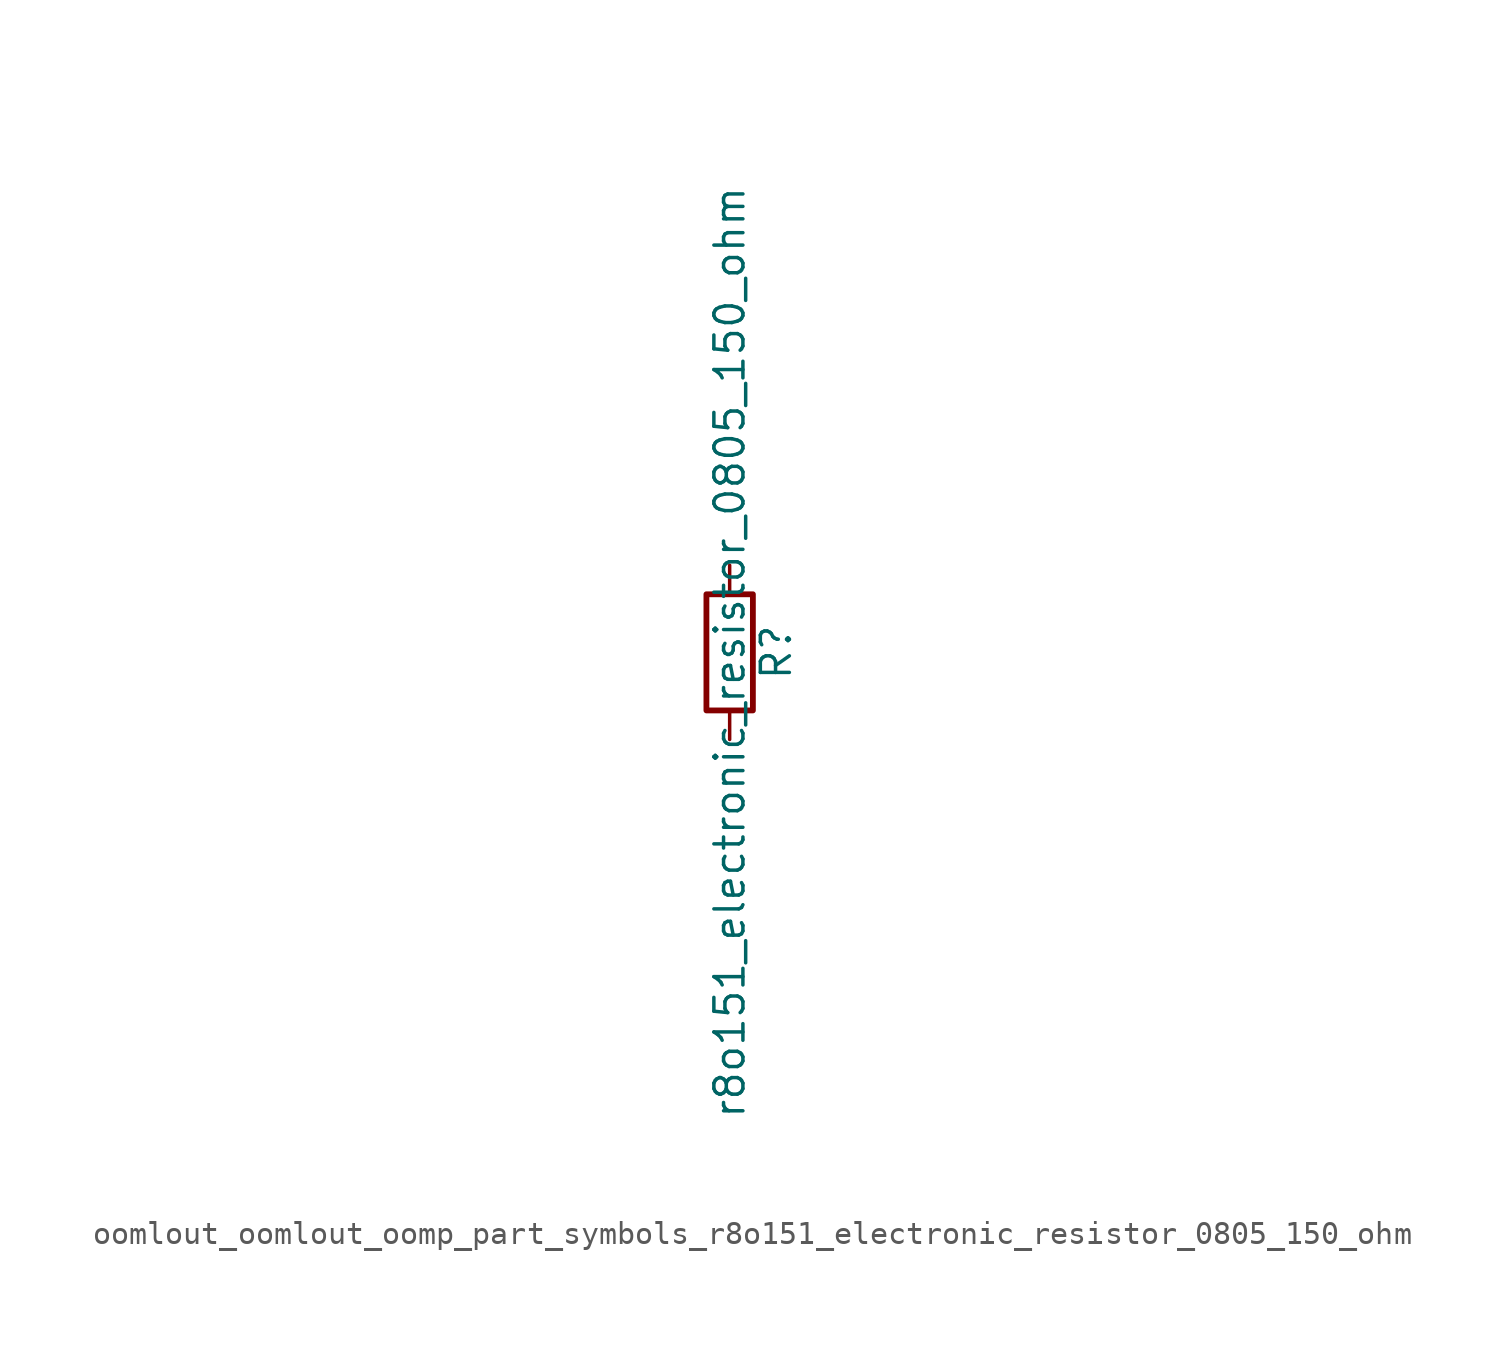
<source format=kicad_sym>
(kicad_symbol_lib
  (version 20220914)
  (generator kicad_symbol_editor)
  (symbol "oomlout_oomlout_oomp_part_symbols_r8o151_electronic_resistor_0805_150_ohm"
    (pin_numbers hide)
    (pin_names
      (offset 0))
    (property "Reference" "R"
      (at 2.032 0 90)
      (effects (font (size 1.27 1.27))))
    (property "Value" "r8o151_electronic_resistor_0805_150_ohm"
      (at 0 0 90)
      (effects (font (size 1.27 1.27))))
    (symbol "oomlout_oomlout_oomp_part_symbols_r8o151_electronic_resistor_0805_150_ohm_0_1"
      (rectangle (start -1.016 -2.54) (end 1.016 2.54) (stroke (width 0.254) (type default)) (fill (type none))))
    (symbol "oomlout_oomlout_oomp_part_symbols_r8o151_electronic_resistor_0805_150_ohm_1_1"
      (pin passive line (at 0 3.81 270) (length 1.27) (name "~" (effects (font (size 1.27 1.27)))) (number "1" (effects (font (size 1.27 1.27)))))
      (pin passive line (at 0 -3.81 90) (length 1.27) (name "~" (effects (font (size 1.27 1.27)))) (number "2" (effects (font (size 1.27 1.27))))))))
</source>
